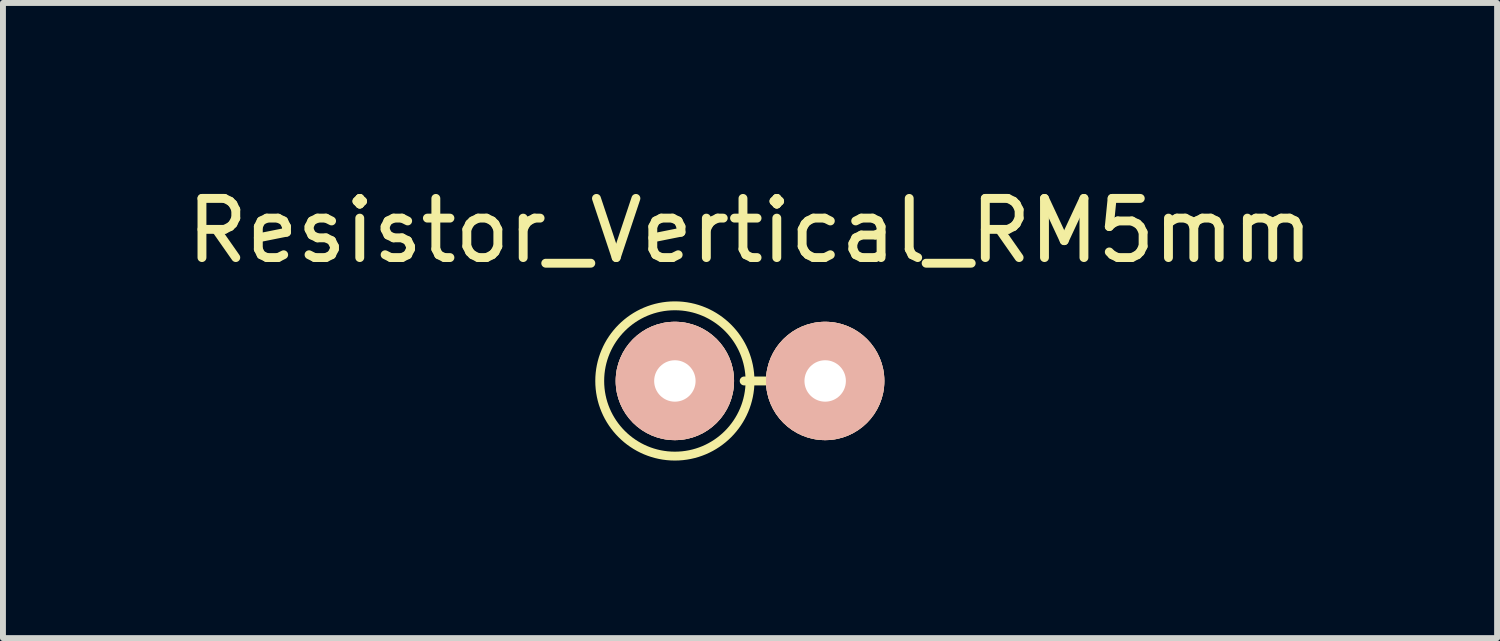
<source format=kicad_pcb>
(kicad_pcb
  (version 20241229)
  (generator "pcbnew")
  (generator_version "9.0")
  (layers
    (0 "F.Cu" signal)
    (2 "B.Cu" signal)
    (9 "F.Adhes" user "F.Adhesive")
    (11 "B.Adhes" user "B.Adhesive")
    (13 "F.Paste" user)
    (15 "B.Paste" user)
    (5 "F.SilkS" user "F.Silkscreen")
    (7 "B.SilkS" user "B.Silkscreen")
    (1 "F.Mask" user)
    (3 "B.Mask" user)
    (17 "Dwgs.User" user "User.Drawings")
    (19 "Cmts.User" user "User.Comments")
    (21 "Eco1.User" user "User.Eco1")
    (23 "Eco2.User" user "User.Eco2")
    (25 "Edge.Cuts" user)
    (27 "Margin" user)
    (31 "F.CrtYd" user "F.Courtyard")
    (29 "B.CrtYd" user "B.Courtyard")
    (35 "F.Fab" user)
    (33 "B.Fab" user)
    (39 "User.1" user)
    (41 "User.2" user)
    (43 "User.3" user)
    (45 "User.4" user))
  (footprint "Resistor_Vertical_RM5mm"
    (layer "F.Cu")
    (at 9.625 3.388)
    (property "Reference" "Resistor_Vertical_RM5mm" (at 0 -2.54 0) (layer "F.SilkS") (effects (font (size 1 1) (thickness 0.15))))
    (attr through_hole)
    (fp_line (start -0.099 0) (end 0.902 0) (stroke (width 0.15) (type solid)) (layer "F.SilkS"))
    (fp_circle (center -1.27 0) (end 0 0) (stroke (width 0.15) (type solid)) (fill no) (layer "F.SilkS"))
    (pad "1" thru_hole circle (at -1.27 0) (size 2 2) (drill 0.7) (layers "*.Cu" "*.SilkS" "*.Mask"))
    (pad "2" thru_hole circle (at 1.27 0) (size 2 2) (drill 0.7) (layers "*.Cu" "*.SilkS" "*.Mask")))
  (gr_rect
    (start -3 -3)
    (end 22.25 7.733)
    (stroke (width 0.1) (type default))
    (fill no)
    (layer "Edge.Cuts")))
</source>
